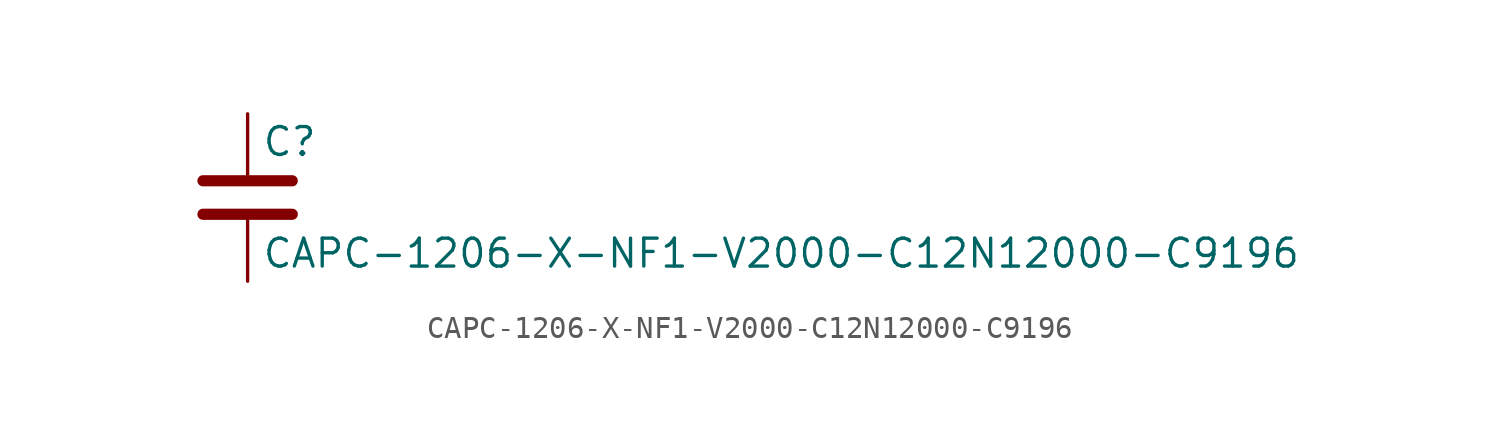
<source format=kicad_sym>
(kicad_symbol_lib
  (version 20211014)
  (generator kicad_symbol_editor)
  (symbol "CAPC-1206-X-NF1-V2000-C12N12000-C9196"
    (pin_numbers hide)
    (pin_names
      (offset 0.254))
    (property "Reference" "C"
      (at 0.635 2.54 0)
      (effects (font (size 1.27 1.27)) (justify left)))
    (property "Value" "CAPC-1206-X-NF1-V2000-C12N12000-C9196"
      (at 0.635 -2.54 0)
      (effects (font (size 1.27 1.27)) (justify left)))
    (symbol "CAPC-1206-X-NF1-V2000-C12N12000-C9196_0_1"
      (polyline (pts (xy -2.032 -0.762) (xy 2.032 -0.762)) (stroke (width 0.508) (type default) (color 0 0 0 0)) (fill (type none)))
      (polyline (pts (xy -2.032 0.762) (xy 2.032 0.762)) (stroke (width 0.508) (type default) (color 0 0 0 0)) (fill (type none))))
    (symbol "CAPC-1206-X-NF1-V2000-C12N12000-C9196_1_1"
      (pin passive line (at 0 3.81 270) (length 2.794) (name "~" (effects (font (size 1.27 1.27)))) (number "1" (effects (font (size 1.27 1.27)))))
      (pin passive line (at 0 -3.81 90) (length 2.794) (name "~" (effects (font (size 1.27 1.27)))) (number "2" (effects (font (size 1.27 1.27))))))))
</source>
